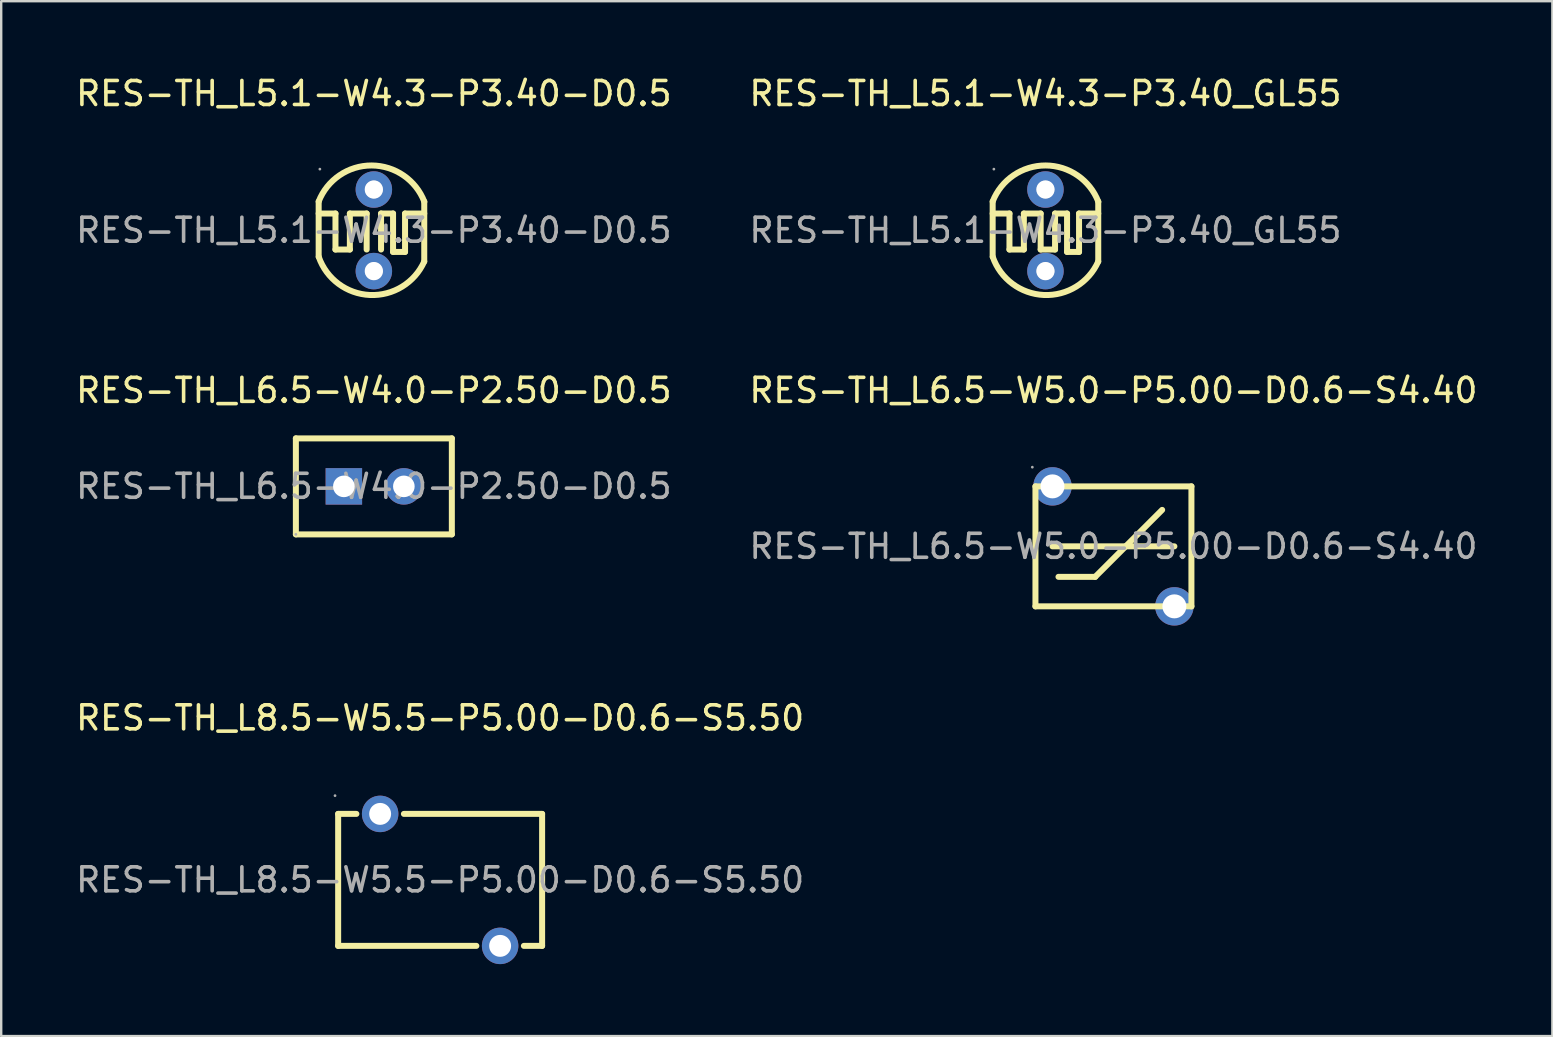
<source format=kicad_pcb>
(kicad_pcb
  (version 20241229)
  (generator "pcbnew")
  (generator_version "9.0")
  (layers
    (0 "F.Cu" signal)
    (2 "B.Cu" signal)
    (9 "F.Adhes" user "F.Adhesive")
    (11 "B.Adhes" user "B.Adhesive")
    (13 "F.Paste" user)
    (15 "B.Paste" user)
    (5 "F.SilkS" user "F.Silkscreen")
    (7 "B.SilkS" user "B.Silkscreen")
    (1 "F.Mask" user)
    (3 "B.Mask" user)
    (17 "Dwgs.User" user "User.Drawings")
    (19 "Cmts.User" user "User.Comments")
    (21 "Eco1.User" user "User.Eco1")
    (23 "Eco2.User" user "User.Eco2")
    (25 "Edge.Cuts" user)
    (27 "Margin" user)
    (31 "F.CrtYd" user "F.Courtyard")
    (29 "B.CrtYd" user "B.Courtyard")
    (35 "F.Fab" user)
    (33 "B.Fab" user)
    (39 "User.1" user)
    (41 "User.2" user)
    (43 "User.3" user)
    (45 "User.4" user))
  (footprint "RES-TH_L6.5-W5.0-P5.00-D0.6-S4.40"
    (layer "F.Cu")
    (at 43.351 19.719)
    (property "Reference" "RES-TH_L6.5-W5.0-P5.00-D0.6-S4.40" (at 0 -6.5 0) (layer "F.SilkS") (effects (font (size 1 1) (thickness 0.15))))
    (attr through_hole)
    (fp_line (start -3.25 -2.5) (end 3.25 -2.5) (stroke (width 0.25) (type solid)) (layer "F.SilkS"))
    (fp_line (start -3.25 2.5) (end -3.25 -2.5) (stroke (width 0.25) (type solid)) (layer "F.SilkS"))
    (fp_line (start -2.54 0) (end 2.54 0) (stroke (width 0.25) (type solid)) (layer "F.SilkS"))
    (fp_line (start -2.29 1.27) (end -0.76 1.27) (stroke (width 0.25) (type solid)) (layer "F.SilkS"))
    (fp_line (start -0.76 1.27) (end 2.03 -1.52) (stroke (width 0.25) (type solid)) (layer "F.SilkS"))
    (fp_line (start 3.25 -2.5) (end 3.25 2.5) (stroke (width 0.25) (type solid)) (layer "F.SilkS"))
    (fp_line (start 3.25 2.5) (end -3.25 2.5) (stroke (width 0.25) (type solid)) (layer "F.SilkS"))
    (fp_circle (center -3.38 -3.3) (end -3.35 -3.3) (stroke (width 0.06) (type solid)) (fill no) (layer "F.Fab"))
    (fp_circle (center -2.54 -2.5) (end -2.34 -2.5) (stroke (width 0.4) (type solid)) (fill no) (layer "F.Fab"))
    (fp_circle (center 2.54 2.5) (end 2.74 2.5) (stroke (width 0.4) (type solid)) (fill no) (layer "F.Fab"))
    (fp_text user "${REFERENCE}" (at 0 0 0) (layer "F.Fab") (effects (font (size 1 1) (thickness 0.15))))
    (pad "1" thru_hole circle (at -2.54 -2.5) (size 1.6 1.6) (drill 1) (layers "*.Cu" "*.Paste" "*.Mask"))
    (pad "2" thru_hole circle (at 2.54 2.5) (size 1.6 1.6) (drill 1) (layers "*.Cu" "*.Paste" "*.Mask")))
  (footprint "RES-TH_L5.1-W4.3-P3.40-D0.5"
    (layer "F.Cu")
    (at 12.53 6.548)
    (property "Reference" "RES-TH_L5.1-W4.3-P3.40-D0.5" (at 0 -5.7 0) (layer "F.SilkS") (effects (font (size 1 1) (thickness 0.15))))
    (attr through_hole)
    (fp_line (start -2.3 -0.7) (end -1.6 -0.7) (stroke (width 0.25) (type solid)) (layer "F.SilkS"))
    (fp_line (start -2.3 1.1) (end -2.3 -1.2) (stroke (width 0.25) (type solid)) (layer "F.SilkS"))
    (fp_line (start -1.6 -0.7) (end -1.6 0.8) (stroke (width 0.25) (type solid)) (layer "F.SilkS"))
    (fp_line (start -1.6 0.8) (end -1 0.8) (stroke (width 0.25) (type solid)) (layer "F.SilkS"))
    (fp_line (start -1 -0.7) (end -0.3 -0.7) (stroke (width 0.25) (type solid)) (layer "F.SilkS"))
    (fp_line (start -1 0.8) (end -1 -0.7) (stroke (width 0.25) (type solid)) (layer "F.SilkS"))
    (fp_line (start -0.3 -0.7) (end -0.3 0.8) (stroke (width 0.25) (type solid)) (layer "F.SilkS"))
    (fp_line (start 0.3 -0.7) (end 0.8 -0.7) (stroke (width 0.25) (type solid)) (layer "F.SilkS"))
    (fp_line (start 0.3 0.8) (end 0.3 -0.7) (stroke (width 0.25) (type solid)) (layer "F.SilkS"))
    (fp_line (start 0.8 -0.7) (end 0.8 0.9) (stroke (width 0.25) (type solid)) (layer "F.SilkS"))
    (fp_line (start 0.8 0.9) (end 1.3 0.9) (stroke (width 0.25) (type solid)) (layer "F.SilkS"))
    (fp_line (start 1.3 -0.7) (end 2.1 -0.7) (stroke (width 0.25) (type solid)) (layer "F.SilkS"))
    (fp_line (start 1.3 0.9) (end 1.3 -0.7) (stroke (width 0.25) (type solid)) (layer "F.SilkS"))
    (fp_line (start 2.1 1.3) (end 2.1 -1.2) (stroke (width 0.25) (type solid)) (layer "F.SilkS"))
    (fp_arc (start -2.3 -1.2) (mid -0.0946 -2.702112) (end 2.103909 -1.189932) (stroke (width 0.25) (type solid)) (layer "F.SilkS"))
    (fp_arc (start 2.1 1.3) (mid -0.163225 2.695554) (end -2.296284 1.108161) (stroke (width 0.25) (type solid)) (layer "F.SilkS"))
    (fp_circle (center -2.25 -2.55) (end -2.22 -2.55) (stroke (width 0.06) (type solid)) (fill no) (layer "F.Fab"))
    (fp_circle (center 0 -1.7) (end 0.12 -1.7) (stroke (width 0.25) (type solid)) (fill no) (layer "F.Fab"))
    (fp_circle (center 0 1.7) (end 0.12 1.7) (stroke (width 0.25) (type solid)) (fill no) (layer "F.Fab"))
    (fp_text user "${REFERENCE}" (at 0 0 0) (layer "F.Fab") (effects (font (size 1 1) (thickness 0.15))))
    (pad "1" thru_hole circle (at 0 -1.7 270) (size 1.52 1.52) (drill 0.762) (layers "*.Cu" "*.Paste" "*.Mask"))
    (pad "2" thru_hole circle (at 0 1.7 270) (size 1.52 1.52) (drill 0.762) (layers "*.Cu" "*.Paste" "*.Mask")))
  (footprint "RES-TH_L6.5-W4.0-P2.50-D0.5"
    (layer "F.Cu")
    (at 12.53 17.219)
    (property "Reference" "RES-TH_L6.5-W4.0-P2.50-D0.5" (at 0 -4 0) (layer "F.SilkS") (effects (font (size 1 1) (thickness 0.15))))
    (attr through_hole)
    (fp_line (start -3.25 -2) (end 3.25 -2) (stroke (width 0.25) (type solid)) (layer "F.SilkS"))
    (fp_line (start -3.25 2) (end -3.25 -2) (stroke (width 0.25) (type solid)) (layer "F.SilkS"))
    (fp_line (start 3.25 -2) (end 3.25 2) (stroke (width 0.25) (type solid)) (layer "F.SilkS"))
    (fp_line (start 3.25 2) (end -3.25 2) (stroke (width 0.25) (type solid)) (layer "F.SilkS"))
    (fp_circle (center -3.25 2) (end -3.22 2) (stroke (width 0.06) (type solid)) (fill no) (layer "F.Fab"))
    (fp_circle (center -1.25 0) (end -1.1 0) (stroke (width 0.3) (type solid)) (fill no) (layer "F.Fab"))
    (fp_circle (center 1.25 0) (end 1.4 0) (stroke (width 0.3) (type solid)) (fill no) (layer "F.Fab"))
    (fp_text user "${REFERENCE}" (at 0 0 0) (layer "F.Fab") (effects (font (size 1 1) (thickness 0.15))))
    (pad "1" thru_hole rect (at -1.25 0) (size 1.52 1.52) (drill 0.9) (layers "*.Cu" "*.Paste" "*.Mask"))
    (pad "2" thru_hole circle (at 1.25 0) (size 1.52 1.52) (drill 0.9) (layers "*.Cu" "*.Paste" "*.Mask")))
  (footprint "RES-TH_L8.5-W5.5-P5.00-D0.6-S5.50"
    (layer "F.Cu")
    (at 15.292 33.618)
    (property "Reference" "RES-TH_L8.5-W5.5-P5.00-D0.6-S5.50" (at 0 -6.75 0) (layer "F.SilkS") (effects (font (size 1 1) (thickness 0.15))))
    (attr through_hole)
    (fp_line (start -4.25 -2.75) (end -3.49 -2.75) (stroke (width 0.25) (type solid)) (layer "F.SilkS"))
    (fp_line (start -4.25 2.75) (end -4.25 -2.75) (stroke (width 0.25) (type solid)) (layer "F.SilkS"))
    (fp_line (start -4.25 2.75) (end 1.51 2.75) (stroke (width 0.25) (type solid)) (layer "F.SilkS"))
    (fp_line (start -1.51 -2.75) (end 4.25 -2.75) (stroke (width 0.25) (type solid)) (layer "F.SilkS"))
    (fp_line (start 3.49 2.75) (end 4.25 2.75) (stroke (width 0.25) (type solid)) (layer "F.SilkS"))
    (fp_line (start 4.25 2.75) (end 4.25 -2.75) (stroke (width 0.25) (type solid)) (layer "F.SilkS"))
    (fp_circle (center -4.38 -3.51) (end -4.35 -3.51) (stroke (width 0.06) (type solid)) (fill no) (layer "F.Fab"))
    (fp_circle (center -2.5 -2.75) (end -2.32 -2.75) (stroke (width 0.36) (type solid)) (fill no) (layer "F.Fab"))
    (fp_circle (center 2.5 2.75) (end 2.68 2.75) (stroke (width 0.36) (type solid)) (fill no) (layer "F.Fab"))
    (fp_text user "${REFERENCE}" (at 0 0 0) (layer "F.Fab") (effects (font (size 1 1) (thickness 0.15))))
    (pad "1" thru_hole circle (at -2.5 -2.75) (size 1.52 1.52) (drill 0.914) (layers "*.Cu" "*.Paste" "*.Mask"))
    (pad "2" thru_hole circle (at 2.5 2.75) (size 1.52 1.52) (drill 0.914) (layers "*.Cu" "*.Paste" "*.Mask")))
  (footprint "RES-TH_L5.1-W4.3-P3.40_GL55"
    (layer "F.Cu")
    (at 40.518 6.548)
    (property "Reference" "RES-TH_L5.1-W4.3-P3.40_GL55" (at 0 -5.7 0) (layer "F.SilkS") (effects (font (size 1 1) (thickness 0.15))))
    (attr through_hole)
    (fp_line (start -2.2 -0.7) (end -1.5 -0.7) (stroke (width 0.25) (type solid)) (layer "F.SilkS"))
    (fp_line (start -2.2 1.1) (end -2.2 -1.2) (stroke (width 0.25) (type solid)) (layer "F.SilkS"))
    (fp_line (start -1.5 -0.7) (end -1.5 0.8) (stroke (width 0.25) (type solid)) (layer "F.SilkS"))
    (fp_line (start -1.5 0.8) (end -0.9 0.8) (stroke (width 0.25) (type solid)) (layer "F.SilkS"))
    (fp_line (start -0.9 -0.7) (end -0.2 -0.7) (stroke (width 0.25) (type solid)) (layer "F.SilkS"))
    (fp_line (start -0.9 0.8) (end -0.9 -0.7) (stroke (width 0.25) (type solid)) (layer "F.SilkS"))
    (fp_line (start -0.2 -0.7) (end -0.2 0.8) (stroke (width 0.25) (type solid)) (layer "F.SilkS"))
    (fp_line (start -0.2 0.8) (end 0.4 0.8) (stroke (width 0.25) (type solid)) (layer "F.SilkS"))
    (fp_line (start 0.4 -0.7) (end 0.9 -0.7) (stroke (width 0.25) (type solid)) (layer "F.SilkS"))
    (fp_line (start 0.4 0.8) (end 0.4 -0.7) (stroke (width 0.25) (type solid)) (layer "F.SilkS"))
    (fp_line (start 0.9 -0.7) (end 0.9 0.9) (stroke (width 0.25) (type solid)) (layer "F.SilkS"))
    (fp_line (start 0.9 0.9) (end 1.4 0.9) (stroke (width 0.25) (type solid)) (layer "F.SilkS"))
    (fp_line (start 1.4 -0.7) (end 2.2 -0.7) (stroke (width 0.25) (type solid)) (layer "F.SilkS"))
    (fp_line (start 1.4 0.9) (end 1.4 -0.7) (stroke (width 0.25) (type solid)) (layer "F.SilkS"))
    (fp_line (start 2.2 1.3) (end 2.2 -1.2) (stroke (width 0.25) (type solid)) (layer "F.SilkS"))
    (fp_arc (start -2.2 -1.2) (mid 0.0054 -2.702112) (end 2.203909 -1.189932) (stroke (width 0.25) (type solid)) (layer "F.SilkS"))
    (fp_arc (start 2.2 1.3) (mid -0.063225 2.695554) (end -2.196284 1.108161) (stroke (width 0.25) (type solid)) (layer "F.SilkS"))
    (fp_circle (center -2.15 -2.55) (end -2.12 -2.55) (stroke (width 0.06) (type solid)) (fill no) (layer "F.Fab"))
    (fp_circle (center 0 -1.7) (end 0.12 -1.7) (stroke (width 0.25) (type solid)) (fill no) (layer "F.Fab"))
    (fp_circle (center 0 1.7) (end 0.12 1.7) (stroke (width 0.25) (type solid)) (fill no) (layer "F.Fab"))
    (fp_text user "${REFERENCE}" (at 0 0 0) (layer "F.Fab") (effects (font (size 1 1) (thickness 0.15))))
    (pad "1" thru_hole circle (at 0 -1.7 270) (size 1.52 1.52) (drill 0.762) (layers "*.Cu" "*.Paste" "*.Mask"))
    (pad "2" thru_hole circle (at 0 1.7 270) (size 1.52 1.52) (drill 0.762) (layers "*.Cu" "*.Paste" "*.Mask")))
  (gr_rect
    (start -3 -3)
    (end 61.643 40.128)
    (stroke (width 0.1) (type default))
    (fill no)
    (layer "Edge.Cuts")))
</source>
